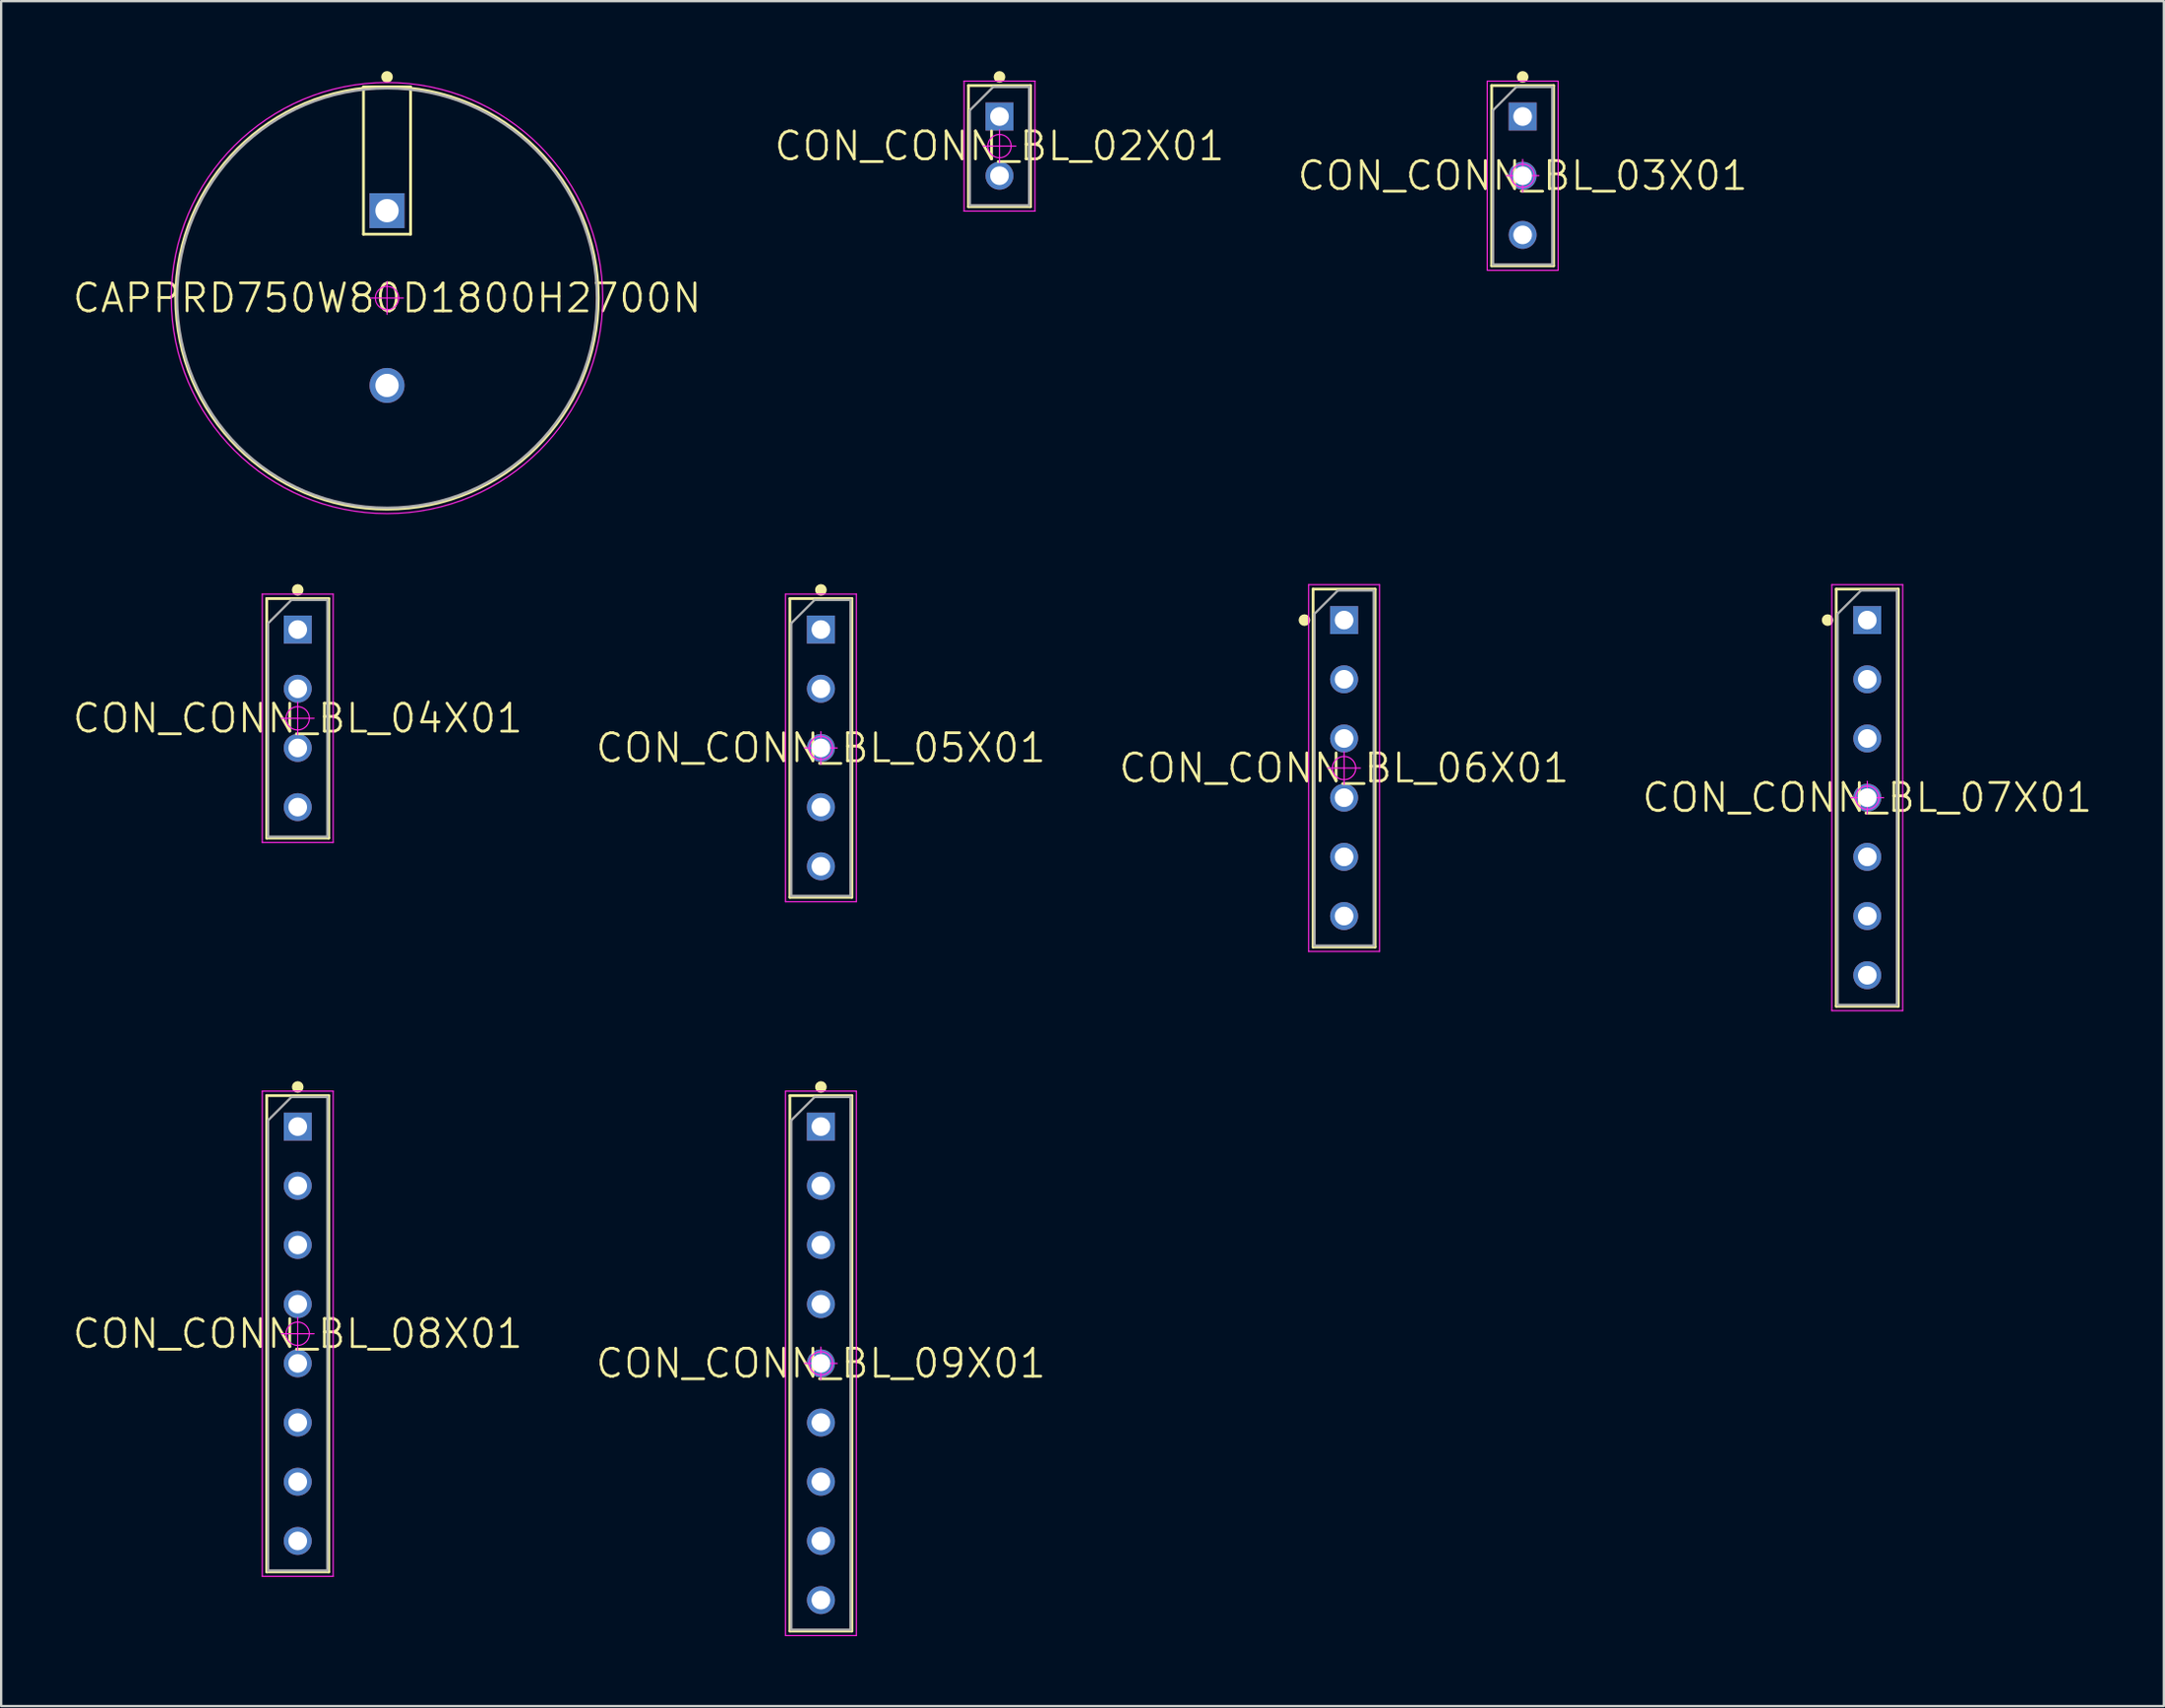
<source format=kicad_pcb>
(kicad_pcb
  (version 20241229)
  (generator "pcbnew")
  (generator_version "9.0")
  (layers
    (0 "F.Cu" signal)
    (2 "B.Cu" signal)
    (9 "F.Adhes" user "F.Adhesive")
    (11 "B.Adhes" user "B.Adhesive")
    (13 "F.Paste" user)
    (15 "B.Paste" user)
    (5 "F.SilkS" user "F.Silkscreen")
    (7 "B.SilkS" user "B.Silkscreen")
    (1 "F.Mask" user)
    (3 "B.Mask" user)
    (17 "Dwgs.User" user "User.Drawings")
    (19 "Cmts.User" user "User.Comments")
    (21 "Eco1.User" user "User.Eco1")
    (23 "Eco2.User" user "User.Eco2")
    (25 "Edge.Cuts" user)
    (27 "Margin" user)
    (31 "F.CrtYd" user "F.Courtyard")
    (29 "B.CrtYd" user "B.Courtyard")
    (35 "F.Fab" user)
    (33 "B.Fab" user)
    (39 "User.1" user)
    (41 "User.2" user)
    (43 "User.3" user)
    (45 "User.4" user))
  (footprint "CON_CONN_BL_08X01"
    (layer "F.Cu")
    (at 9.717 54.185)
    (property "Reference" "CON_CONN_BL_08X01" (at 0 0 0) (layer "F.SilkS") (effects (font (size 1.2 1.2) (thickness 0.12))))
    (attr through_hole)
    (fp_line (start -1.33 -10.22) (end 1.33 -10.22) (stroke (width 0.12) (type solid)) (layer "F.SilkS"))
    (fp_line (start -1.33 10.22) (end -1.33 -10.22) (stroke (width 0.12) (type solid)) (layer "F.SilkS"))
    (fp_line (start 1.33 -10.22) (end 1.33 10.22) (stroke (width 0.12) (type solid)) (layer "F.SilkS"))
    (fp_line (start 1.33 10.22) (end -1.33 10.22) (stroke (width 0.12) (type solid)) (layer "F.SilkS"))
    (fp_circle (center 0 -10.59) (end 0 -10.465) (stroke (width 0.25) (type solid)) (fill no) (layer "F.SilkS"))
    (fp_line (start -1.52 -10.41) (end 1.52 -10.41) (stroke (width 0.05) (type solid)) (layer "F.CrtYd"))
    (fp_line (start -1.52 10.41) (end -1.52 -10.41) (stroke (width 0.05) (type solid)) (layer "F.CrtYd"))
    (fp_line (start -0.7 0) (end 0.7 0) (stroke (width 0.05) (type solid)) (layer "F.CrtYd"))
    (fp_line (start 0 -0.7) (end 0 0.7) (stroke (width 0.05) (type solid)) (layer "F.CrtYd"))
    (fp_line (start 1.52 -10.41) (end 1.52 10.41) (stroke (width 0.05) (type solid)) (layer "F.CrtYd"))
    (fp_line (start 1.52 10.41) (end -1.52 10.41) (stroke (width 0.05) (type solid)) (layer "F.CrtYd"))
    (fp_circle (center 0 0) (end 0 0.5) (stroke (width 0.05) (type solid)) (fill no) (layer "F.CrtYd"))
    (fp_line (start -1.27 -9.16) (end -0.27 -10.16) (stroke (width 0.1) (type solid)) (layer "F.Fab"))
    (fp_line (start -1.27 10.16) (end -1.27 -9.16) (stroke (width 0.1) (type solid)) (layer "F.Fab"))
    (fp_line (start -0.27 -10.16) (end 1.27 -10.16) (stroke (width 0.1) (type solid)) (layer "F.Fab"))
    (fp_line (start 1.27 -10.16) (end 1.27 10.16) (stroke (width 0.1) (type solid)) (layer "F.Fab"))
    (fp_line (start 1.27 10.16) (end -1.27 10.16) (stroke (width 0.1) (type solid)) (layer "F.Fab"))
    (pad "1" thru_hole rect (at 0 -8.89) (size 1.2 1.2) (drill 0.8) (layers "*.Cu" "*.Paste" "*.Mask"))
    (pad "2" thru_hole circle (at 0 -6.35) (size 1.2 1.2) (drill 0.8) (layers "*.Cu" "*.Paste" "*.Mask"))
    (pad "3" thru_hole circle (at 0 -3.81) (size 1.2 1.2) (drill 0.8) (layers "*.Cu" "*.Paste" "*.Mask"))
    (pad "4" thru_hole circle (at 0 -1.27) (size 1.2 1.2) (drill 0.8) (layers "*.Cu" "*.Paste" "*.Mask"))
    (pad "5" thru_hole circle (at 0 1.27) (size 1.2 1.2) (drill 0.8) (layers "*.Cu" "*.Paste" "*.Mask"))
    (pad "6" thru_hole circle (at 0 3.81) (size 1.2 1.2) (drill 0.8) (layers "*.Cu" "*.Paste" "*.Mask"))
    (pad "7" thru_hole circle (at 0 6.35) (size 1.2 1.2) (drill 0.8) (layers "*.Cu" "*.Paste" "*.Mask"))
    (pad "8" thru_hole circle (at 0 8.89) (size 1.2 1.2) (drill 0.8) (layers "*.Cu" "*.Paste" "*.Mask")))
  (footprint "CON_CONN_BL_02X01"
    (layer "F.Cu")
    (at 39.809 3.22)
    (property "Reference" "CON_CONN_BL_02X01" (at 0 0 0) (layer "F.SilkS") (effects (font (size 1.2 1.2) (thickness 0.12))))
    (attr through_hole)
    (fp_line (start -1.33 -2.6) (end 1.33 -2.6) (stroke (width 0.12) (type solid)) (layer "F.SilkS"))
    (fp_line (start -1.33 2.6) (end -1.33 -2.6) (stroke (width 0.12) (type solid)) (layer "F.SilkS"))
    (fp_line (start 1.33 -2.6) (end 1.33 2.6) (stroke (width 0.12) (type solid)) (layer "F.SilkS"))
    (fp_line (start 1.33 2.6) (end -1.33 2.6) (stroke (width 0.12) (type solid)) (layer "F.SilkS"))
    (fp_circle (center 0 -2.97) (end 0 -2.845) (stroke (width 0.25) (type solid)) (fill no) (layer "F.SilkS"))
    (fp_line (start -1.52 -2.79) (end 1.52 -2.79) (stroke (width 0.05) (type solid)) (layer "F.CrtYd"))
    (fp_line (start -1.52 2.79) (end -1.52 -2.79) (stroke (width 0.05) (type solid)) (layer "F.CrtYd"))
    (fp_line (start -0.7 0) (end 0.7 0) (stroke (width 0.05) (type solid)) (layer "F.CrtYd"))
    (fp_line (start 0 -0.7) (end 0 0.7) (stroke (width 0.05) (type solid)) (layer "F.CrtYd"))
    (fp_line (start 1.52 -2.79) (end 1.52 2.79) (stroke (width 0.05) (type solid)) (layer "F.CrtYd"))
    (fp_line (start 1.52 2.79) (end -1.52 2.79) (stroke (width 0.05) (type solid)) (layer "F.CrtYd"))
    (fp_circle (center 0 0) (end 0 0.5) (stroke (width 0.05) (type solid)) (fill no) (layer "F.CrtYd"))
    (fp_line (start -1.27 -1.54) (end -0.27 -2.54) (stroke (width 0.1) (type solid)) (layer "F.Fab"))
    (fp_line (start -1.27 2.54) (end -1.27 -1.54) (stroke (width 0.1) (type solid)) (layer "F.Fab"))
    (fp_line (start -0.27 -2.54) (end 1.27 -2.54) (stroke (width 0.1) (type solid)) (layer "F.Fab"))
    (fp_line (start 1.27 -2.54) (end 1.27 2.54) (stroke (width 0.1) (type solid)) (layer "F.Fab"))
    (fp_line (start 1.27 2.54) (end -1.27 2.54) (stroke (width 0.1) (type solid)) (layer "F.Fab"))
    (pad "1" thru_hole rect (at 0 -1.27) (size 1.2 1.2) (drill 0.8) (layers "*.Cu" "*.Paste" "*.Mask"))
    (pad "2" thru_hole circle (at 0 1.27) (size 1.2 1.2) (drill 0.8) (layers "*.Cu" "*.Paste" "*.Mask")))
  (footprint "CON_CONN_BL_06X01"
    (layer "F.Cu")
    (at 54.586 29.91)
    (property "Reference" "CON_CONN_BL_06X01" (at 0 0 0) (layer "F.SilkS") (effects (font (size 1.2 1.2) (thickness 0.12))))
    (attr through_hole)
    (fp_line (start -1.33 -7.68) (end 1.33 -7.68) (stroke (width 0.12) (type solid)) (layer "F.SilkS"))
    (fp_line (start -1.33 7.68) (end -1.33 -7.68) (stroke (width 0.12) (type solid)) (layer "F.SilkS"))
    (fp_line (start 1.33 -7.68) (end 1.33 7.68) (stroke (width 0.12) (type solid)) (layer "F.SilkS"))
    (fp_line (start 1.33 7.68) (end -1.33 7.68) (stroke (width 0.12) (type solid)) (layer "F.SilkS"))
    (fp_circle (center -1.7 -6.35) (end -1.7 -6.225) (stroke (width 0.25) (type solid)) (fill no) (layer "F.SilkS"))
    (fp_line (start -1.52 -7.87) (end 1.52 -7.87) (stroke (width 0.05) (type solid)) (layer "F.CrtYd"))
    (fp_line (start -1.52 7.87) (end -1.52 -7.87) (stroke (width 0.05) (type solid)) (layer "F.CrtYd"))
    (fp_line (start -0.7 0) (end 0.7 0) (stroke (width 0.05) (type solid)) (layer "F.CrtYd"))
    (fp_line (start 0 -0.7) (end 0 0.7) (stroke (width 0.05) (type solid)) (layer "F.CrtYd"))
    (fp_line (start 1.52 -7.87) (end 1.52 7.87) (stroke (width 0.05) (type solid)) (layer "F.CrtYd"))
    (fp_line (start 1.52 7.87) (end -1.52 7.87) (stroke (width 0.05) (type solid)) (layer "F.CrtYd"))
    (fp_circle (center 0 0) (end 0 0.5) (stroke (width 0.05) (type solid)) (fill no) (layer "F.CrtYd"))
    (fp_line (start -1.27 -6.62) (end -0.27 -7.62) (stroke (width 0.1) (type solid)) (layer "F.Fab"))
    (fp_line (start -1.27 7.62) (end -1.27 -6.62) (stroke (width 0.1) (type solid)) (layer "F.Fab"))
    (fp_line (start -0.27 -7.62) (end 1.27 -7.62) (stroke (width 0.1) (type solid)) (layer "F.Fab"))
    (fp_line (start 1.27 -7.62) (end 1.27 7.62) (stroke (width 0.1) (type solid)) (layer "F.Fab"))
    (fp_line (start 1.27 7.62) (end -1.27 7.62) (stroke (width 0.1) (type solid)) (layer "F.Fab"))
    (pad "1" thru_hole rect (at 0 -6.35) (size 1.2 1.2) (drill 0.8) (layers "*.Cu" "*.Paste" "*.Mask"))
    (pad "2" thru_hole circle (at 0 -3.81) (size 1.2 1.2) (drill 0.8) (layers "*.Cu" "*.Paste" "*.Mask"))
    (pad "3" thru_hole circle (at 0 -1.27) (size 1.2 1.2) (drill 0.8) (layers "*.Cu" "*.Paste" "*.Mask"))
    (pad "4" thru_hole circle (at 0 1.27) (size 1.2 1.2) (drill 0.8) (layers "*.Cu" "*.Paste" "*.Mask"))
    (pad "5" thru_hole circle (at 0 3.81) (size 1.2 1.2) (drill 0.8) (layers "*.Cu" "*.Paste" "*.Mask"))
    (pad "6" thru_hole circle (at 0 6.35) (size 1.2 1.2) (drill 0.8) (layers "*.Cu" "*.Paste" "*.Mask")))
  (footprint "CON_CONN_BL_09X01"
    (layer "F.Cu")
    (at 32.151 55.455)
    (property "Reference" "CON_CONN_BL_09X01" (at 0 0 0) (layer "F.SilkS") (effects (font (size 1.2 1.2) (thickness 0.12))))
    (attr through_hole)
    (fp_line (start -1.33 -11.49) (end 1.33 -11.49) (stroke (width 0.12) (type solid)) (layer "F.SilkS"))
    (fp_line (start -1.33 11.49) (end -1.33 -11.49) (stroke (width 0.12) (type solid)) (layer "F.SilkS"))
    (fp_line (start 1.33 -11.49) (end 1.33 11.49) (stroke (width 0.12) (type solid)) (layer "F.SilkS"))
    (fp_line (start 1.33 11.49) (end -1.33 11.49) (stroke (width 0.12) (type solid)) (layer "F.SilkS"))
    (fp_circle (center 0 -11.86) (end 0 -11.735) (stroke (width 0.25) (type solid)) (fill no) (layer "F.SilkS"))
    (fp_line (start -1.52 -11.68) (end 1.52 -11.68) (stroke (width 0.05) (type solid)) (layer "F.CrtYd"))
    (fp_line (start -1.52 11.68) (end -1.52 -11.68) (stroke (width 0.05) (type solid)) (layer "F.CrtYd"))
    (fp_line (start -0.7 0) (end 0.7 0) (stroke (width 0.05) (type solid)) (layer "F.CrtYd"))
    (fp_line (start 0 -0.7) (end 0 0.7) (stroke (width 0.05) (type solid)) (layer "F.CrtYd"))
    (fp_line (start 1.52 -11.68) (end 1.52 11.68) (stroke (width 0.05) (type solid)) (layer "F.CrtYd"))
    (fp_line (start 1.52 11.68) (end -1.52 11.68) (stroke (width 0.05) (type solid)) (layer "F.CrtYd"))
    (fp_circle (center 0 0) (end 0 0.5) (stroke (width 0.05) (type solid)) (fill no) (layer "F.CrtYd"))
    (fp_line (start -1.27 -10.43) (end -0.27 -11.43) (stroke (width 0.1) (type solid)) (layer "F.Fab"))
    (fp_line (start -1.27 11.43) (end -1.27 -10.43) (stroke (width 0.1) (type solid)) (layer "F.Fab"))
    (fp_line (start -0.27 -11.43) (end 1.27 -11.43) (stroke (width 0.1) (type solid)) (layer "F.Fab"))
    (fp_line (start 1.27 -11.43) (end 1.27 11.43) (stroke (width 0.1) (type solid)) (layer "F.Fab"))
    (fp_line (start 1.27 11.43) (end -1.27 11.43) (stroke (width 0.1) (type solid)) (layer "F.Fab"))
    (pad "1" thru_hole rect (at 0 -10.16) (size 1.2 1.2) (drill 0.8) (layers "*.Cu" "*.Paste" "*.Mask"))
    (pad "2" thru_hole circle (at 0 -7.62) (size 1.2 1.2) (drill 0.8) (layers "*.Cu" "*.Paste" "*.Mask"))
    (pad "3" thru_hole circle (at 0 -5.08) (size 1.2 1.2) (drill 0.8) (layers "*.Cu" "*.Paste" "*.Mask"))
    (pad "4" thru_hole circle (at 0 -2.54) (size 1.2 1.2) (drill 0.8) (layers "*.Cu" "*.Paste" "*.Mask"))
    (pad "5" thru_hole circle (at 0 0) (size 1.2 1.2) (drill 0.8) (layers "*.Cu" "*.Paste" "*.Mask"))
    (pad "6" thru_hole circle (at 0 2.54) (size 1.2 1.2) (drill 0.8) (layers "*.Cu" "*.Paste" "*.Mask"))
    (pad "7" thru_hole circle (at 0 5.08) (size 1.2 1.2) (drill 0.8) (layers "*.Cu" "*.Paste" "*.Mask"))
    (pad "8" thru_hole circle (at 0 7.62) (size 1.2 1.2) (drill 0.8) (layers "*.Cu" "*.Paste" "*.Mask"))
    (pad "9" thru_hole circle (at 0 10.16) (size 1.2 1.2) (drill 0.8) (layers "*.Cu" "*.Paste" "*.Mask")))
  (footprint "CON_CONN_BL_07X01"
    (layer "F.Cu")
    (at 77.02 31.18)
    (property "Reference" "CON_CONN_BL_07X01" (at 0 0 0) (layer "F.SilkS") (effects (font (size 1.2 1.2) (thickness 0.12))))
    (attr through_hole)
    (fp_line (start -1.33 -8.95) (end 1.33 -8.95) (stroke (width 0.12) (type solid)) (layer "F.SilkS"))
    (fp_line (start -1.33 8.95) (end -1.33 -8.95) (stroke (width 0.12) (type solid)) (layer "F.SilkS"))
    (fp_line (start 1.33 -8.95) (end 1.33 8.95) (stroke (width 0.12) (type solid)) (layer "F.SilkS"))
    (fp_line (start 1.33 8.95) (end -1.33 8.95) (stroke (width 0.12) (type solid)) (layer "F.SilkS"))
    (fp_circle (center -1.7 -7.62) (end -1.7 -7.495) (stroke (width 0.25) (type solid)) (fill no) (layer "F.SilkS"))
    (fp_line (start -1.52 -9.14) (end 1.52 -9.14) (stroke (width 0.05) (type solid)) (layer "F.CrtYd"))
    (fp_line (start -1.52 9.14) (end -1.52 -9.14) (stroke (width 0.05) (type solid)) (layer "F.CrtYd"))
    (fp_line (start -0.7 0) (end 0.7 0) (stroke (width 0.05) (type solid)) (layer "F.CrtYd"))
    (fp_line (start 0 -0.7) (end 0 0.7) (stroke (width 0.05) (type solid)) (layer "F.CrtYd"))
    (fp_line (start 1.52 -9.14) (end 1.52 9.14) (stroke (width 0.05) (type solid)) (layer "F.CrtYd"))
    (fp_line (start 1.52 9.14) (end -1.52 9.14) (stroke (width 0.05) (type solid)) (layer "F.CrtYd"))
    (fp_circle (center 0 0) (end 0 0.5) (stroke (width 0.05) (type solid)) (fill no) (layer "F.CrtYd"))
    (fp_line (start -1.27 -7.89) (end -0.27 -8.89) (stroke (width 0.1) (type solid)) (layer "F.Fab"))
    (fp_line (start -1.27 8.89) (end -1.27 -7.89) (stroke (width 0.1) (type solid)) (layer "F.Fab"))
    (fp_line (start -0.27 -8.89) (end 1.27 -8.89) (stroke (width 0.1) (type solid)) (layer "F.Fab"))
    (fp_line (start 1.27 -8.89) (end 1.27 8.89) (stroke (width 0.1) (type solid)) (layer "F.Fab"))
    (fp_line (start 1.27 8.89) (end -1.27 8.89) (stroke (width 0.1) (type solid)) (layer "F.Fab"))
    (pad "1" thru_hole rect (at 0 -7.62) (size 1.2 1.2) (drill 0.8) (layers "*.Cu" "*.Paste" "*.Mask"))
    (pad "2" thru_hole circle (at 0 -5.08) (size 1.2 1.2) (drill 0.8) (layers "*.Cu" "*.Paste" "*.Mask"))
    (pad "3" thru_hole circle (at 0 -2.54) (size 1.2 1.2) (drill 0.8) (layers "*.Cu" "*.Paste" "*.Mask"))
    (pad "4" thru_hole circle (at 0 0) (size 1.2 1.2) (drill 0.8) (layers "*.Cu" "*.Paste" "*.Mask"))
    (pad "5" thru_hole circle (at 0 2.54) (size 1.2 1.2) (drill 0.8) (layers "*.Cu" "*.Paste" "*.Mask"))
    (pad "6" thru_hole circle (at 0 5.08) (size 1.2 1.2) (drill 0.8) (layers "*.Cu" "*.Paste" "*.Mask"))
    (pad "7" thru_hole circle (at 0 7.62) (size 1.2 1.2) (drill 0.8) (layers "*.Cu" "*.Paste" "*.Mask")))
  (footprint "CON_CONN_BL_03X01"
    (layer "F.Cu")
    (at 62.243 4.49)
    (property "Reference" "CON_CONN_BL_03X01" (at 0 0 0) (layer "F.SilkS") (effects (font (size 1.2 1.2) (thickness 0.12))))
    (attr through_hole)
    (fp_line (start -1.33 -3.87) (end 1.33 -3.87) (stroke (width 0.12) (type solid)) (layer "F.SilkS"))
    (fp_line (start -1.33 3.87) (end -1.33 -3.87) (stroke (width 0.12) (type solid)) (layer "F.SilkS"))
    (fp_line (start 1.33 -3.87) (end 1.33 3.87) (stroke (width 0.12) (type solid)) (layer "F.SilkS"))
    (fp_line (start 1.33 3.87) (end -1.33 3.87) (stroke (width 0.12) (type solid)) (layer "F.SilkS"))
    (fp_circle (center 0 -4.24) (end 0 -4.115) (stroke (width 0.25) (type solid)) (fill no) (layer "F.SilkS"))
    (fp_line (start -1.52 -4.06) (end 1.52 -4.06) (stroke (width 0.05) (type solid)) (layer "F.CrtYd"))
    (fp_line (start -1.52 4.06) (end -1.52 -4.06) (stroke (width 0.05) (type solid)) (layer "F.CrtYd"))
    (fp_line (start -0.7 0) (end 0.7 0) (stroke (width 0.05) (type solid)) (layer "F.CrtYd"))
    (fp_line (start 0 -0.7) (end 0 0.7) (stroke (width 0.05) (type solid)) (layer "F.CrtYd"))
    (fp_line (start 1.52 -4.06) (end 1.52 4.06) (stroke (width 0.05) (type solid)) (layer "F.CrtYd"))
    (fp_line (start 1.52 4.06) (end -1.52 4.06) (stroke (width 0.05) (type solid)) (layer "F.CrtYd"))
    (fp_circle (center 0 0) (end 0 0.5) (stroke (width 0.05) (type solid)) (fill no) (layer "F.CrtYd"))
    (fp_line (start -1.27 -2.81) (end -0.27 -3.81) (stroke (width 0.1) (type solid)) (layer "F.Fab"))
    (fp_line (start -1.27 3.81) (end -1.27 -2.81) (stroke (width 0.1) (type solid)) (layer "F.Fab"))
    (fp_line (start -0.27 -3.81) (end 1.27 -3.81) (stroke (width 0.1) (type solid)) (layer "F.Fab"))
    (fp_line (start 1.27 -3.81) (end 1.27 3.81) (stroke (width 0.1) (type solid)) (layer "F.Fab"))
    (fp_line (start 1.27 3.81) (end -1.27 3.81) (stroke (width 0.1) (type solid)) (layer "F.Fab"))
    (pad "1" thru_hole rect (at 0 -2.54) (size 1.2 1.2) (drill 0.8) (layers "*.Cu" "*.Paste" "*.Mask"))
    (pad "2" thru_hole circle (at 0 0) (size 1.2 1.2) (drill 0.8) (layers "*.Cu" "*.Paste" "*.Mask"))
    (pad "3" thru_hole circle (at 0 2.54) (size 1.2 1.2) (drill 0.8) (layers "*.Cu" "*.Paste" "*.Mask")))
  (footprint "CON_CONN_BL_04X01"
    (layer "F.Cu")
    (at 9.717 27.775)
    (property "Reference" "CON_CONN_BL_04X01" (at 0 0 0) (layer "F.SilkS") (effects (font (size 1.2 1.2) (thickness 0.12))))
    (attr through_hole)
    (fp_line (start -1.33 -5.14) (end 1.33 -5.14) (stroke (width 0.12) (type solid)) (layer "F.SilkS"))
    (fp_line (start -1.33 5.14) (end -1.33 -5.14) (stroke (width 0.12) (type solid)) (layer "F.SilkS"))
    (fp_line (start 1.33 -5.14) (end 1.33 5.14) (stroke (width 0.12) (type solid)) (layer "F.SilkS"))
    (fp_line (start 1.33 5.14) (end -1.33 5.14) (stroke (width 0.12) (type solid)) (layer "F.SilkS"))
    (fp_circle (center 0 -5.51) (end 0 -5.385) (stroke (width 0.25) (type solid)) (fill no) (layer "F.SilkS"))
    (fp_line (start -1.52 -5.33) (end 1.52 -5.33) (stroke (width 0.05) (type solid)) (layer "F.CrtYd"))
    (fp_line (start -1.52 5.33) (end -1.52 -5.33) (stroke (width 0.05) (type solid)) (layer "F.CrtYd"))
    (fp_line (start -0.7 0) (end 0.7 0) (stroke (width 0.05) (type solid)) (layer "F.CrtYd"))
    (fp_line (start 0 -0.7) (end 0 0.7) (stroke (width 0.05) (type solid)) (layer "F.CrtYd"))
    (fp_line (start 1.52 -5.33) (end 1.52 5.33) (stroke (width 0.05) (type solid)) (layer "F.CrtYd"))
    (fp_line (start 1.52 5.33) (end -1.52 5.33) (stroke (width 0.05) (type solid)) (layer "F.CrtYd"))
    (fp_circle (center 0 0) (end 0 0.5) (stroke (width 0.05) (type solid)) (fill no) (layer "F.CrtYd"))
    (fp_line (start -1.27 -4.08) (end -0.27 -5.08) (stroke (width 0.1) (type solid)) (layer "F.Fab"))
    (fp_line (start -1.27 5.08) (end -1.27 -4.08) (stroke (width 0.1) (type solid)) (layer "F.Fab"))
    (fp_line (start -0.27 -5.08) (end 1.27 -5.08) (stroke (width 0.1) (type solid)) (layer "F.Fab"))
    (fp_line (start 1.27 -5.08) (end 1.27 5.08) (stroke (width 0.1) (type solid)) (layer "F.Fab"))
    (fp_line (start 1.27 5.08) (end -1.27 5.08) (stroke (width 0.1) (type solid)) (layer "F.Fab"))
    (pad "1" thru_hole rect (at 0 -3.81) (size 1.2 1.2) (drill 0.8) (layers "*.Cu" "*.Paste" "*.Mask"))
    (pad "2" thru_hole circle (at 0 -1.27) (size 1.2 1.2) (drill 0.8) (layers "*.Cu" "*.Paste" "*.Mask"))
    (pad "3" thru_hole circle (at 0 1.27) (size 1.2 1.2) (drill 0.8) (layers "*.Cu" "*.Paste" "*.Mask"))
    (pad "4" thru_hole circle (at 0 3.81) (size 1.2 1.2) (drill 0.8) (layers "*.Cu" "*.Paste" "*.Mask")))
  (footprint "CON_CONN_BL_05X01"
    (layer "F.Cu")
    (at 32.151 29.045)
    (property "Reference" "CON_CONN_BL_05X01" (at 0 0 0) (layer "F.SilkS") (effects (font (size 1.2 1.2) (thickness 0.12))))
    (attr through_hole)
    (fp_line (start -1.33 -6.41) (end 1.33 -6.41) (stroke (width 0.12) (type solid)) (layer "F.SilkS"))
    (fp_line (start -1.33 6.41) (end -1.33 -6.41) (stroke (width 0.12) (type solid)) (layer "F.SilkS"))
    (fp_line (start 1.33 -6.41) (end 1.33 6.41) (stroke (width 0.12) (type solid)) (layer "F.SilkS"))
    (fp_line (start 1.33 6.41) (end -1.33 6.41) (stroke (width 0.12) (type solid)) (layer "F.SilkS"))
    (fp_circle (center 0 -6.78) (end 0 -6.655) (stroke (width 0.25) (type solid)) (fill no) (layer "F.SilkS"))
    (fp_line (start -1.52 -6.6) (end 1.52 -6.6) (stroke (width 0.05) (type solid)) (layer "F.CrtYd"))
    (fp_line (start -1.52 6.6) (end -1.52 -6.6) (stroke (width 0.05) (type solid)) (layer "F.CrtYd"))
    (fp_line (start -0.7 0) (end 0.7 0) (stroke (width 0.05) (type solid)) (layer "F.CrtYd"))
    (fp_line (start 0 -0.7) (end 0 0.7) (stroke (width 0.05) (type solid)) (layer "F.CrtYd"))
    (fp_line (start 1.52 -6.6) (end 1.52 6.6) (stroke (width 0.05) (type solid)) (layer "F.CrtYd"))
    (fp_line (start 1.52 6.6) (end -1.52 6.6) (stroke (width 0.05) (type solid)) (layer "F.CrtYd"))
    (fp_circle (center 0 0) (end 0 0.5) (stroke (width 0.05) (type solid)) (fill no) (layer "F.CrtYd"))
    (fp_line (start -1.27 -5.35) (end -0.27 -6.35) (stroke (width 0.1) (type solid)) (layer "F.Fab"))
    (fp_line (start -1.27 6.35) (end -1.27 -5.35) (stroke (width 0.1) (type solid)) (layer "F.Fab"))
    (fp_line (start -0.27 -6.35) (end 1.27 -6.35) (stroke (width 0.1) (type solid)) (layer "F.Fab"))
    (fp_line (start 1.27 -6.35) (end 1.27 6.35) (stroke (width 0.1) (type solid)) (layer "F.Fab"))
    (fp_line (start 1.27 6.35) (end -1.27 6.35) (stroke (width 0.1) (type solid)) (layer "F.Fab"))
    (pad "1" thru_hole rect (at 0 -5.08) (size 1.2 1.2) (drill 0.8) (layers "*.Cu" "*.Paste" "*.Mask"))
    (pad "2" thru_hole circle (at 0 -2.54) (size 1.2 1.2) (drill 0.8) (layers "*.Cu" "*.Paste" "*.Mask"))
    (pad "3" thru_hole circle (at 0 0) (size 1.2 1.2) (drill 0.8) (layers "*.Cu" "*.Paste" "*.Mask"))
    (pad "4" thru_hole circle (at 0 2.54) (size 1.2 1.2) (drill 0.8) (layers "*.Cu" "*.Paste" "*.Mask"))
    (pad "5" thru_hole circle (at 0 5.08) (size 1.2 1.2) (drill 0.8) (layers "*.Cu" "*.Paste" "*.Mask")))
  (footprint "CAPPRD750W80D1800H2700N"
    (layer "F.Cu")
    (at 13.546 9.74)
    (property "Reference" "CAPPRD750W80D1800H2700N" (at 0 0 0) (layer "F.SilkS") (effects (font (size 1.2 1.2) (thickness 0.12))))
    (attr through_hole)
    (fp_line (start -1.01 -9.06) (end 1.01 -9.06) (stroke (width 0.12) (type solid)) (layer "F.SilkS"))
    (fp_line (start -1.01 -2.74) (end -1.01 -9.06) (stroke (width 0.12) (type solid)) (layer "F.SilkS"))
    (fp_line (start 1.01 -9.06) (end 1.01 -2.74) (stroke (width 0.12) (type solid)) (layer "F.SilkS"))
    (fp_line (start 1.01 -2.74) (end -1.01 -2.74) (stroke (width 0.12) (type solid)) (layer "F.SilkS"))
    (fp_circle (center 0 -9.49) (end 0 -9.365) (stroke (width 0.25) (type solid)) (fill no) (layer "F.SilkS"))
    (fp_circle (center 0 0) (end 0 9.06) (stroke (width 0.12) (type solid)) (fill no) (layer "F.SilkS"))
    (fp_line (start -0.7 0) (end 0.7 0) (stroke (width 0.05) (type solid)) (layer "F.CrtYd"))
    (fp_line (start 0 -0.7) (end 0 0.7) (stroke (width 0.05) (type solid)) (layer "F.CrtYd"))
    (fp_circle (center 0 0) (end 0 0.5) (stroke (width 0.05) (type solid)) (fill no) (layer "F.CrtYd"))
    (fp_circle (center 0 0) (end 0 9.25) (stroke (width 0.05) (type solid)) (fill no) (layer "F.CrtYd"))
    (fp_circle (center 0 0) (end 0 9) (stroke (width 0.1) (type solid)) (fill no) (layer "F.Fab"))
    (pad "1" thru_hole rect (at 0 -3.75) (size 1.5 1.5) (drill 1) (layers "*.Cu" "*.Paste" "*.Mask"))
    (pad "2" thru_hole circle (at 0 3.75) (size 1.5 1.5) (drill 1) (layers "*.Cu" "*.Paste" "*.Mask")))
  (gr_rect
    (start -3 -3)
    (end 89.737 70.16)
    (stroke (width 0.1) (type default))
    (fill no)
    (layer "Edge.Cuts")))
</source>
